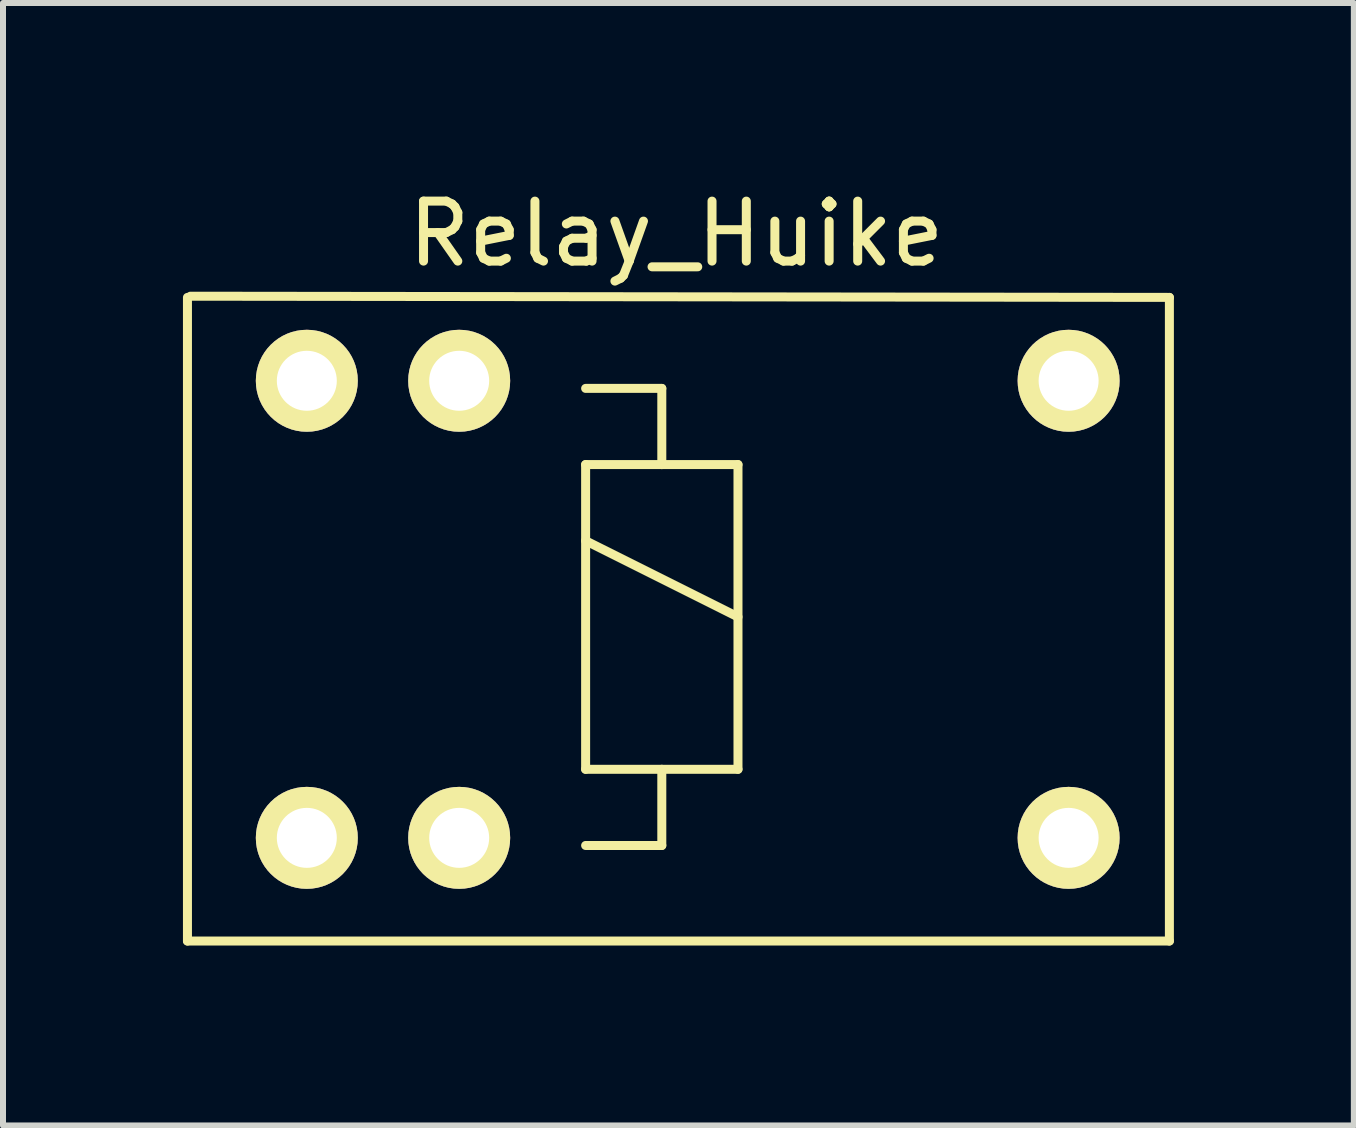
<source format=kicad_pcb>
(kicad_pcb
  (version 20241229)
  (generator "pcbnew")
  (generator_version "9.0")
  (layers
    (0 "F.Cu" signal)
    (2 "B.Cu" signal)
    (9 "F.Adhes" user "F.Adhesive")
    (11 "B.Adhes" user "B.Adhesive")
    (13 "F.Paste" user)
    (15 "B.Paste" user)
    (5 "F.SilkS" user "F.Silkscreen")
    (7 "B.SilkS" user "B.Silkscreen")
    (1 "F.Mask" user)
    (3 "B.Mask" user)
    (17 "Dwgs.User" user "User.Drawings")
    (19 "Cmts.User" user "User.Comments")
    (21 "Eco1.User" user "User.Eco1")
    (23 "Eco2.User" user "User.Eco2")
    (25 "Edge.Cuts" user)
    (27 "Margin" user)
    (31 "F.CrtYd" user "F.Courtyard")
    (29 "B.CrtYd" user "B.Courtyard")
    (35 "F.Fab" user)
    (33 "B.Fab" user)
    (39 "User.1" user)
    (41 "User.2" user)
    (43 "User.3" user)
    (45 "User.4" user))
  (footprint "Relay_Huike"
    (layer "F.Cu")
    (at 7.965 7.278)
    (property "Reference" "Relay_Huike" (at 0.26 -6.43 0) (layer "F.SilkS") (effects (font (size 1 1) (thickness 0.15))))
    (attr through_hole)
    (fp_line (start -7.89 5.36) (end -7.89 -5.37) (stroke (width 0.15) (type solid)) (layer "F.SilkS"))
    (fp_line (start -7.84 -5.39) (end 8.48 -5.37) (stroke (width 0.15) (type solid)) (layer "F.SilkS"))
    (fp_line (start -1.252 -3.853) (end 0.018 -3.853) (stroke (width 0.15) (type solid)) (layer "F.SilkS"))
    (fp_line (start -1.252 -2.583) (end 0.018 -2.583) (stroke (width 0.15) (type solid)) (layer "F.SilkS"))
    (fp_line (start -1.252 -1.313) (end 1.288 -0.043) (stroke (width 0.15) (type solid)) (layer "F.SilkS"))
    (fp_line (start -1.252 2.497) (end -1.252 -2.583) (stroke (width 0.15) (type solid)) (layer "F.SilkS"))
    (fp_line (start 0.018 -3.853) (end 0.018 -2.583) (stroke (width 0.15) (type solid)) (layer "F.SilkS"))
    (fp_line (start 0.018 -2.583) (end 1.288 -2.583) (stroke (width 0.15) (type solid)) (layer "F.SilkS"))
    (fp_line (start 0.018 2.497) (end 0.018 3.767) (stroke (width 0.15) (type solid)) (layer "F.SilkS"))
    (fp_line (start 0.018 3.767) (end -1.252 3.767) (stroke (width 0.15) (type solid)) (layer "F.SilkS"))
    (fp_line (start 1.288 -2.583) (end 1.288 2.497) (stroke (width 0.15) (type solid)) (layer "F.SilkS"))
    (fp_line (start 1.288 2.497) (end -1.252 2.497) (stroke (width 0.15) (type solid)) (layer "F.SilkS"))
    (fp_line (start 8.48 -5.37) (end 8.48 5.36) (stroke (width 0.15) (type solid)) (layer "F.SilkS"))
    (fp_line (start 8.48 5.36) (end -7.89 5.36) (stroke (width 0.15) (type solid)) (layer "F.SilkS"))
    (pad "1" thru_hole circle (at -5.9 -3.98) (size 1.7 1.7) (drill 1) (layers "*.Cu" "*.Mask" "F.SilkS"))
    (pad "2" thru_hole circle (at -3.36 -3.98) (size 1.7 1.7) (drill 1) (layers "*.Cu" "*.Mask" "F.SilkS"))
    (pad "3" thru_hole circle (at 6.8 -3.98) (size 1.7 1.7) (drill 1) (layers "*.Cu" "*.Mask" "F.SilkS"))
    (pad "4" thru_hole circle (at 6.8 3.64) (size 1.7 1.7) (drill 1) (layers "*.Cu" "*.Mask" "F.SilkS"))
    (pad "5" thru_hole circle (at -3.36 3.64) (size 1.7 1.7) (drill 1) (layers "*.Cu" "*.Mask" "F.SilkS"))
    (pad "6" thru_hole circle (at -5.9 3.64) (size 1.7 1.7) (drill 1) (layers "*.Cu" "*.Mask" "F.SilkS")))
  (gr_rect
    (start -3 -3)
    (end 19.52 15.713)
    (stroke (width 0.1) (type default))
    (fill no)
    (layer "Edge.Cuts")))
</source>
